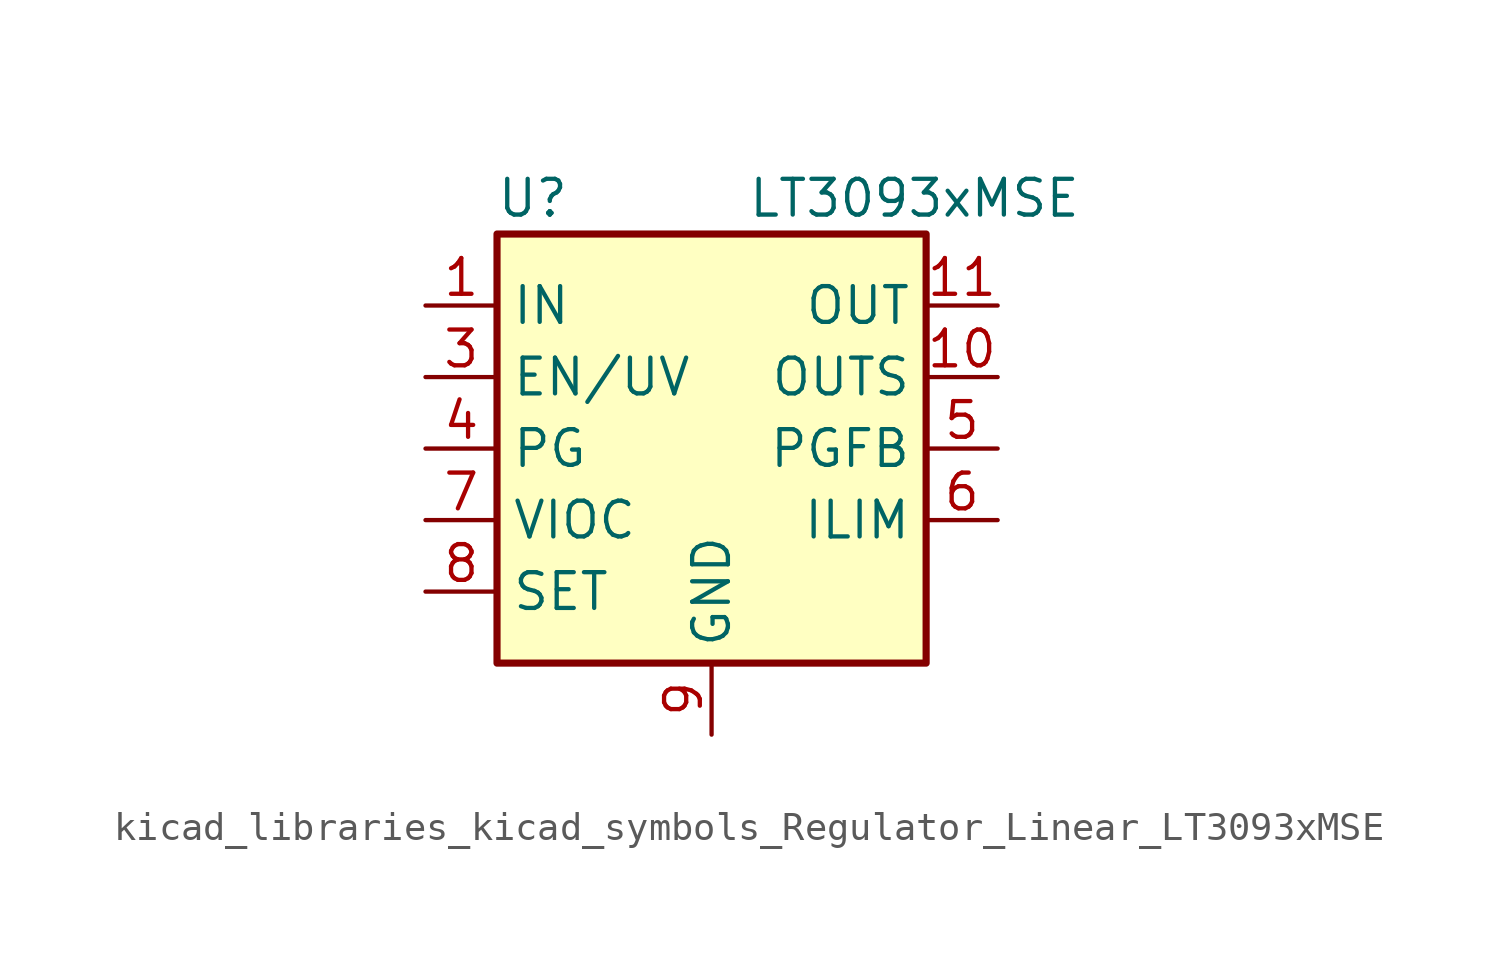
<source format=kicad_sym>
(kicad_symbol_lib
  (version 20220914)
  (generator kicad_symbol_editor)
  (symbol "kicad_libraries_kicad_symbols_Regulator_Linear_LT3093xMSE"
    (property "Reference" "U"
      (at -6.35 8.89 0)
      (effects (font (size 1.27 1.27))))
    (property "Value" "LT3093xMSE"
      (at 1.27 8.89 0)
      (effects (font (size 1.27 1.27)) (justify left)))
    (symbol "kicad_libraries_kicad_symbols_Regulator_Linear_LT3093xMSE_0_0"
      (pin passive line (at 10.16 5.08 180) (length 2.54) hide (name "OUT" (effects (font (size 1.27 1.27)))) (number "12" (effects (font (size 1.27 1.27)))))
      (pin passive line (at -10.16 5.08 0) (length 2.54) hide (name "IN" (effects (font (size 1.27 1.27)))) (number "13" (effects (font (size 1.27 1.27))))))
    (symbol "kicad_libraries_kicad_symbols_Regulator_Linear_LT3093xMSE_0_1"
      (rectangle (start 7.62 7.62) (end -7.62 -7.62) (stroke (width 0.254) (type default)) (fill (type background))))
    (symbol "kicad_libraries_kicad_symbols_Regulator_Linear_LT3093xMSE_1_1"
      (pin power_in line (at -10.16 5.08 0) (length 2.54) (name "IN" (effects (font (size 1.27 1.27)))) (number "1" (effects (font (size 1.27 1.27)))))
      (pin input line (at 10.16 2.54 180) (length 2.54) (name "OUTS" (effects (font (size 1.27 1.27)))) (number "10" (effects (font (size 1.27 1.27)))))
      (pin power_out line (at 10.16 5.08 180) (length 2.54) (name "OUT" (effects (font (size 1.27 1.27)))) (number "11" (effects (font (size 1.27 1.27)))))
      (pin passive line (at -10.16 5.08 0) (length 2.54) hide (name "IN" (effects (font (size 1.27 1.27)))) (number "2" (effects (font (size 1.27 1.27)))))
      (pin input line (at -10.16 2.54 0) (length 2.54) (name "EN/UV" (effects (font (size 1.27 1.27)))) (number "3" (effects (font (size 1.27 1.27)))))
      (pin open_collector line (at -10.16 0 0) (length 2.54) (name "PG" (effects (font (size 1.27 1.27)))) (number "4" (effects (font (size 1.27 1.27)))))
      (pin input line (at 10.16 0 180) (length 2.54) (name "PGFB" (effects (font (size 1.27 1.27)))) (number "5" (effects (font (size 1.27 1.27)))))
      (pin passive line (at 10.16 -2.54 180) (length 2.54) (name "ILIM" (effects (font (size 1.27 1.27)))) (number "6" (effects (font (size 1.27 1.27)))))
      (pin passive line (at -10.16 -2.54 0) (length 2.54) (name "VIOC" (effects (font (size 1.27 1.27)))) (number "7" (effects (font (size 1.27 1.27)))))
      (pin passive line (at -10.16 -5.08 0) (length 2.54) (name "SET" (effects (font (size 1.27 1.27)))) (number "8" (effects (font (size 1.27 1.27)))))
      (pin power_in line (at 0 -10.16 90) (length 2.54) (name "GND" (effects (font (size 1.27 1.27)))) (number "9" (effects (font (size 1.27 1.27))))))))
</source>
